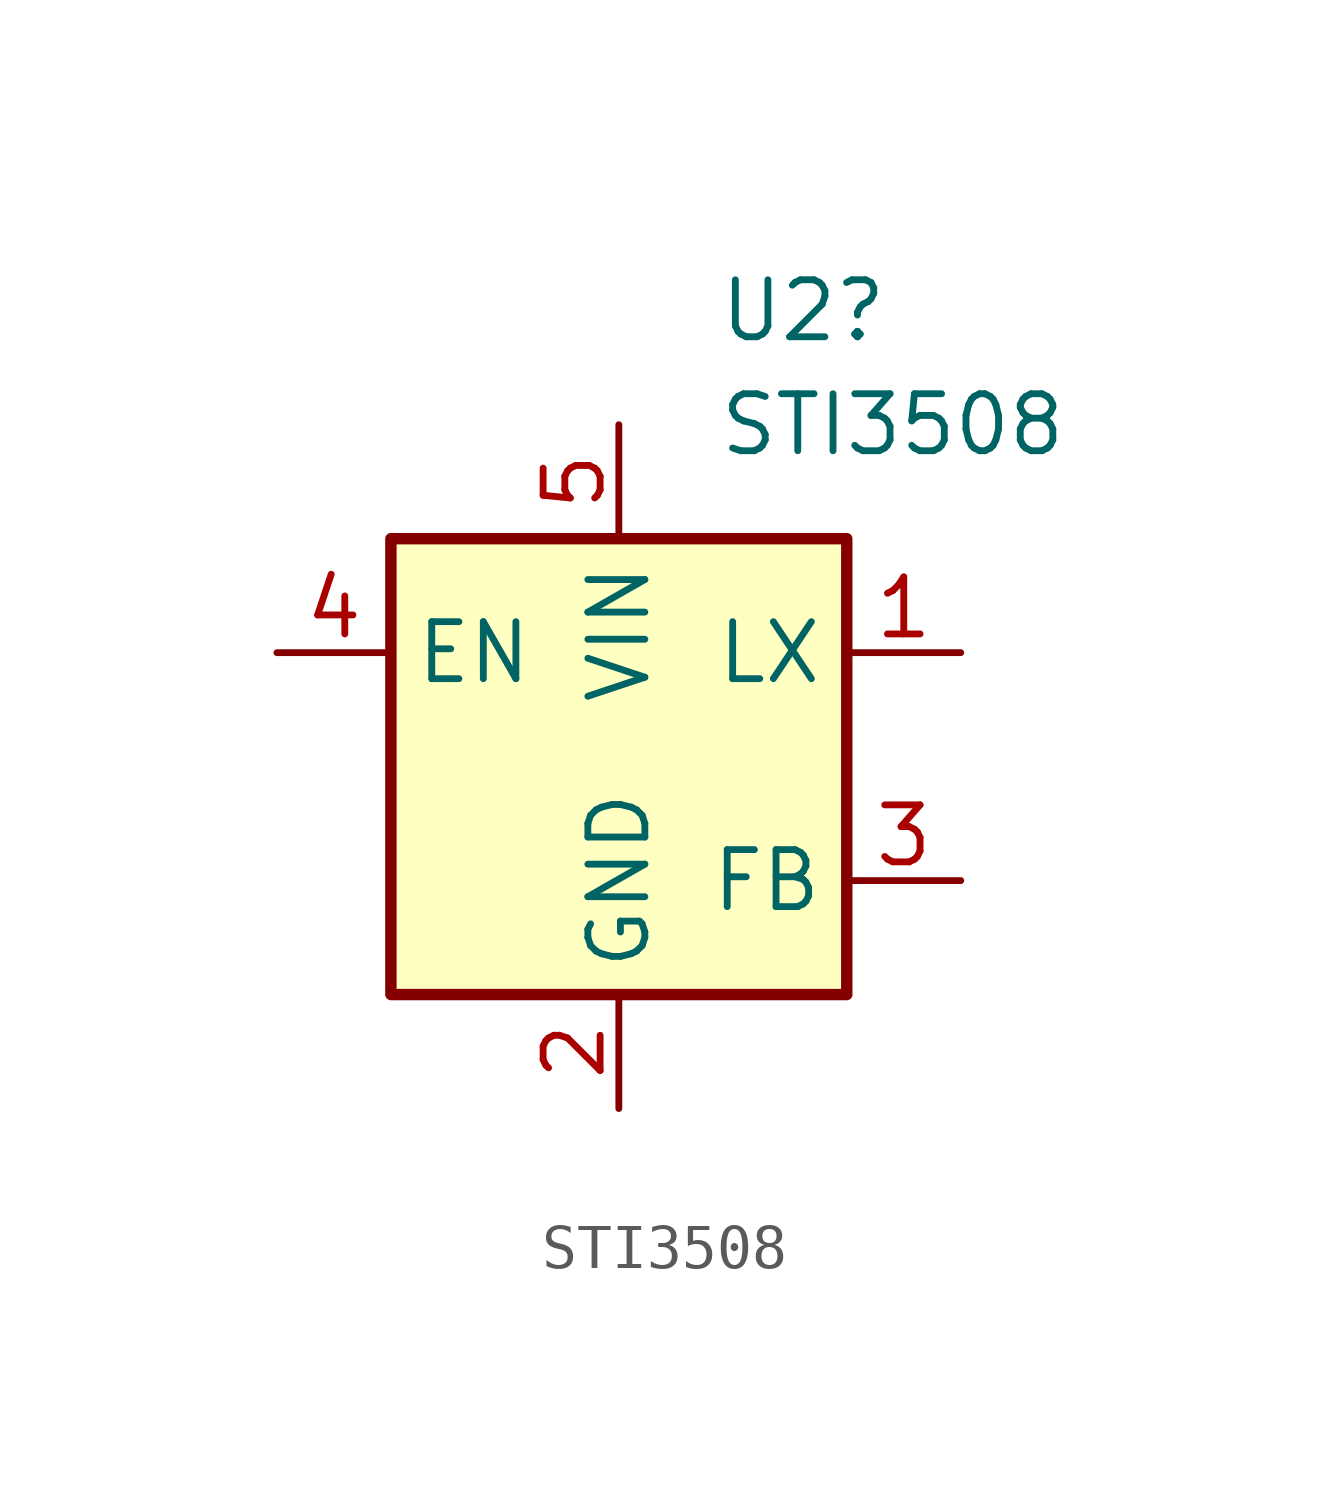
<source format=kicad_sym>
(kicad_symbol_lib
  (version 20231120)
  (generator "kicad_symbol_editor")
  (generator_version "8.0")
  (symbol "STI3508"
    (property "Reference" "U2"
      (at 2.194 10.16 0)
      (effects (font (size 1.27 1.27)) (justify left)))
    (property "Value" "STI3508"
      (at 2.194 7.62 0)
      (effects (font (size 1.27 1.27)) (justify left)))
    (symbol "STI3508_0_1"
      (rectangle (start 5.08 -5.08) (end -5.08 5.08) (stroke (width 0.254) (type default)) (fill (type background))))
    (symbol "STI3508_1_1"
      (pin open_collector line (at 7.62 2.54 180) (length 2.54) (name "LX" (effects (font (size 1.27 1.27)))) (number "1" (effects (font (size 1.27 1.27)))))
      (pin power_in line (at 0 -7.62 90) (length 2.54) (name "GND" (effects (font (size 1.27 1.27)))) (number "2" (effects (font (size 1.27 1.27)))))
      (pin input line (at 7.62 -2.54 180) (length 2.54) (name "FB" (effects (font (size 1.27 1.27)))) (number "3" (effects (font (size 1.27 1.27)))))
      (pin input line (at -7.62 2.54 0) (length 2.54) (name "EN" (effects (font (size 1.27 1.27)))) (number "4" (effects (font (size 1.27 1.27)))))
      (pin power_in line (at 0 7.62 270) (length 2.54) (name "VIN" (effects (font (size 1.27 1.27)))) (number "5" (effects (font (size 1.27 1.27)))))
      (pin no_connect line (at -5.08 -2.54 0) (length 2.54) hide (name "~" (effects (font (size 1.27 1.27)))) (number "6" (effects (font (size 1.27 1.27))))))))
</source>
